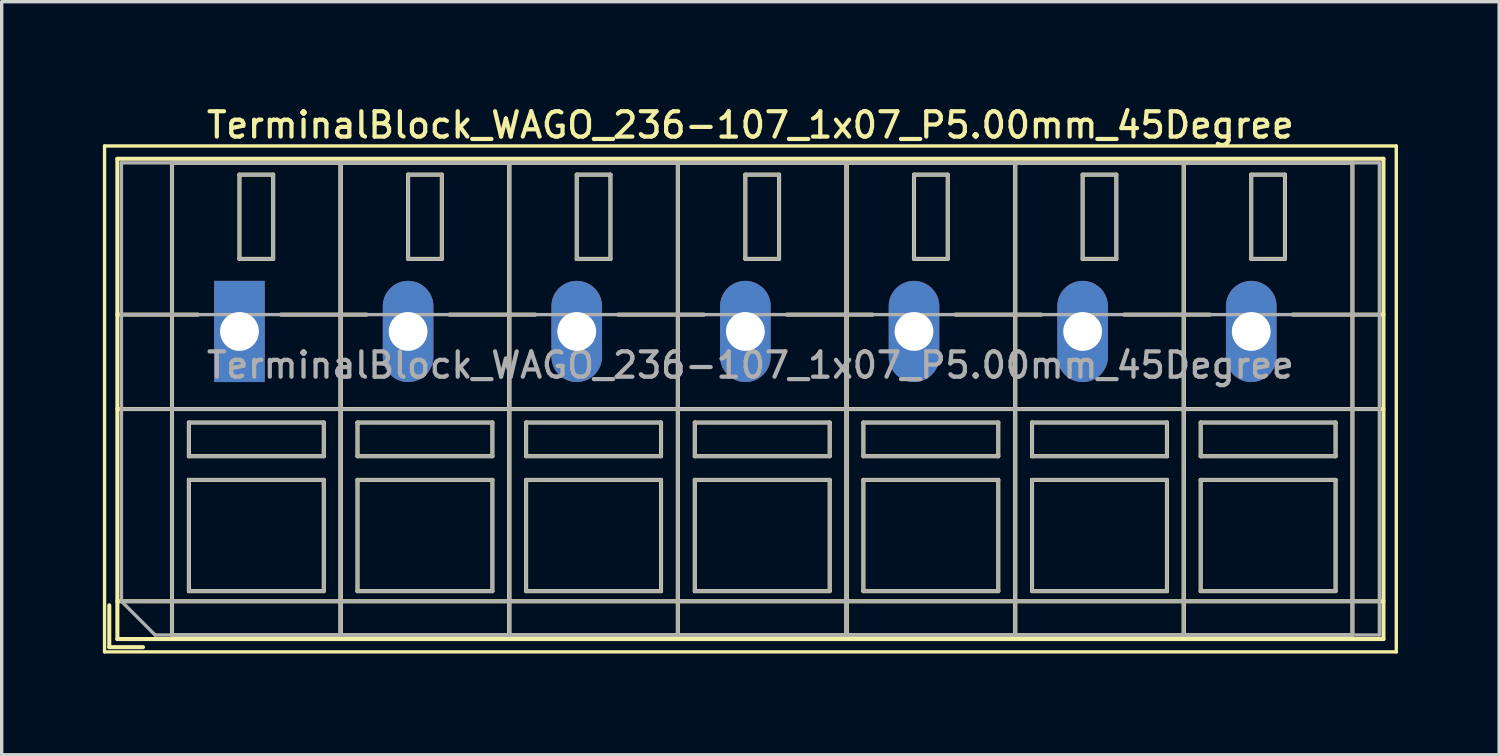
<source format=kicad_pcb>
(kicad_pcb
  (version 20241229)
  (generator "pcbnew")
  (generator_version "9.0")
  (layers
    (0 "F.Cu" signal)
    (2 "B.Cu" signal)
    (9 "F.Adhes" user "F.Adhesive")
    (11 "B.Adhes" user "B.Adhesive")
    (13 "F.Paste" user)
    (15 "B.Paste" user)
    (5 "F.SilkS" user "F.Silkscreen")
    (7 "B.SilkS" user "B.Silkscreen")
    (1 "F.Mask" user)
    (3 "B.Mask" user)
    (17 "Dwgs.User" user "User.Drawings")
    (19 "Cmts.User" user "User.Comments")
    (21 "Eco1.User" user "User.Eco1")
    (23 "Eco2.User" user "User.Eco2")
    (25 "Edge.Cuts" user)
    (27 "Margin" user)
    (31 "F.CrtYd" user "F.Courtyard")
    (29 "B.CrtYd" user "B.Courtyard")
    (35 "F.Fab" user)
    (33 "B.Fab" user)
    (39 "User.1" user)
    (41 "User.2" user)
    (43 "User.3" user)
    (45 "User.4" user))
  (footprint "TerminalBlock_WAGO_236-107_1x07_P5.00mm_45Degree"
    (layer "F.Cu")
    (at 4.05 6.778)
    (property "Reference" "TerminalBlock_WAGO_236-107_1x07_P5.00mm_45Degree" (at 15.15 -6.12 0) (layer "F.SilkS") (effects (font (size 0.75 0.75) (thickness 0.125))))
    (attr through_hole)
    (fp_line (start -4 -5.5) (end -4 9.5) (stroke (width 0.1) (type solid)) (layer "F.SilkS"))
    (fp_line (start -4 9.5) (end 34.3 9.5) (stroke (width 0.1) (type solid)) (layer "F.SilkS"))
    (fp_line (start -3.86 8.12) (end -3.86 9.36) (stroke (width 0.12) (type solid)) (layer "F.SilkS"))
    (fp_line (start -3.86 9.36) (end -2.86 9.36) (stroke (width 0.12) (type solid)) (layer "F.SilkS"))
    (fp_line (start -3.62 -5.12) (end -3.62 9.12) (stroke (width 0.12) (type solid)) (layer "F.SilkS"))
    (fp_line (start -3.62 -5.12) (end 33.92 -5.12) (stroke (width 0.12) (type solid)) (layer "F.SilkS"))
    (fp_line (start -3.62 -0.5) (end -1.23 -0.5) (stroke (width 0.12) (type solid)) (layer "F.SilkS"))
    (fp_line (start -3.62 2.3) (end 33.92 2.3) (stroke (width 0.12) (type solid)) (layer "F.SilkS"))
    (fp_line (start -3.62 8) (end 33.92 8) (stroke (width 0.12) (type solid)) (layer "F.SilkS"))
    (fp_line (start -3.62 9.12) (end 33.92 9.12) (stroke (width 0.12) (type solid)) (layer "F.SilkS"))
    (fp_line (start -2 -5) (end -2 9) (stroke (width 0.12) (type solid)) (layer "F.SilkS"))
    (fp_line (start -2 -5) (end 3 -5) (stroke (width 0.12) (type solid)) (layer "F.SilkS"))
    (fp_line (start -2 9) (end 3 9) (stroke (width 0.12) (type solid)) (layer "F.SilkS"))
    (fp_line (start -1.5 2.7) (end -1.5 3.7) (stroke (width 0.12) (type solid)) (layer "F.SilkS"))
    (fp_line (start -1.5 2.7) (end 2.5 2.7) (stroke (width 0.12) (type solid)) (layer "F.SilkS"))
    (fp_line (start -1.5 3.7) (end 2.5 3.7) (stroke (width 0.12) (type solid)) (layer "F.SilkS"))
    (fp_line (start -1.5 4.4) (end -1.5 7.7) (stroke (width 0.12) (type solid)) (layer "F.SilkS"))
    (fp_line (start -1.5 4.4) (end 2.5 4.4) (stroke (width 0.12) (type solid)) (layer "F.SilkS"))
    (fp_line (start -1.5 7.7) (end 2.5 7.7) (stroke (width 0.12) (type solid)) (layer "F.SilkS"))
    (fp_line (start 0 -4.65) (end 0 -2.151) (stroke (width 0.12) (type solid)) (layer "F.SilkS"))
    (fp_line (start 0 -4.65) (end 1 -4.65) (stroke (width 0.12) (type solid)) (layer "F.SilkS"))
    (fp_line (start 0 -2.151) (end 1 -2.151) (stroke (width 0.12) (type solid)) (layer "F.SilkS"))
    (fp_line (start 1 -4.65) (end 1 -2.151) (stroke (width 0.12) (type solid)) (layer "F.SilkS"))
    (fp_line (start 1.23 -0.5) (end 3.77 -0.5) (stroke (width 0.12) (type solid)) (layer "F.SilkS"))
    (fp_line (start 2.5 2.7) (end 2.5 3.7) (stroke (width 0.12) (type solid)) (layer "F.SilkS"))
    (fp_line (start 2.5 4.4) (end 2.5 7.7) (stroke (width 0.12) (type solid)) (layer "F.SilkS"))
    (fp_line (start 3 -5) (end 3 9) (stroke (width 0.12) (type solid)) (layer "F.SilkS"))
    (fp_line (start 3 -5) (end 3 9) (stroke (width 0.12) (type solid)) (layer "F.SilkS"))
    (fp_line (start 3 -5) (end 8 -5) (stroke (width 0.12) (type solid)) (layer "F.SilkS"))
    (fp_line (start 3 9) (end 8 9) (stroke (width 0.12) (type solid)) (layer "F.SilkS"))
    (fp_line (start 3.5 2.7) (end 3.5 3.7) (stroke (width 0.12) (type solid)) (layer "F.SilkS"))
    (fp_line (start 3.5 2.7) (end 7.5 2.7) (stroke (width 0.12) (type solid)) (layer "F.SilkS"))
    (fp_line (start 3.5 3.7) (end 7.5 3.7) (stroke (width 0.12) (type solid)) (layer "F.SilkS"))
    (fp_line (start 3.5 4.4) (end 3.5 7.7) (stroke (width 0.12) (type solid)) (layer "F.SilkS"))
    (fp_line (start 3.5 4.4) (end 7.5 4.4) (stroke (width 0.12) (type solid)) (layer "F.SilkS"))
    (fp_line (start 3.5 7.7) (end 7.5 7.7) (stroke (width 0.12) (type solid)) (layer "F.SilkS"))
    (fp_line (start 5 -4.65) (end 5 -2.151) (stroke (width 0.12) (type solid)) (layer "F.SilkS"))
    (fp_line (start 5 -4.65) (end 6 -4.65) (stroke (width 0.12) (type solid)) (layer "F.SilkS"))
    (fp_line (start 5 -2.151) (end 6 -2.151) (stroke (width 0.12) (type solid)) (layer "F.SilkS"))
    (fp_line (start 6 -4.65) (end 6 -2.151) (stroke (width 0.12) (type solid)) (layer "F.SilkS"))
    (fp_line (start 6.23 -0.5) (end 8.77 -0.5) (stroke (width 0.12) (type solid)) (layer "F.SilkS"))
    (fp_line (start 7.5 2.7) (end 7.5 3.7) (stroke (width 0.12) (type solid)) (layer "F.SilkS"))
    (fp_line (start 7.5 4.4) (end 7.5 7.7) (stroke (width 0.12) (type solid)) (layer "F.SilkS"))
    (fp_line (start 8 -5) (end 8 9) (stroke (width 0.12) (type solid)) (layer "F.SilkS"))
    (fp_line (start 8 -5) (end 8 9) (stroke (width 0.12) (type solid)) (layer "F.SilkS"))
    (fp_line (start 8 -5) (end 13 -5) (stroke (width 0.12) (type solid)) (layer "F.SilkS"))
    (fp_line (start 8 9) (end 13 9) (stroke (width 0.12) (type solid)) (layer "F.SilkS"))
    (fp_line (start 8.5 2.7) (end 8.5 3.7) (stroke (width 0.12) (type solid)) (layer "F.SilkS"))
    (fp_line (start 8.5 2.7) (end 12.5 2.7) (stroke (width 0.12) (type solid)) (layer "F.SilkS"))
    (fp_line (start 8.5 3.7) (end 12.5 3.7) (stroke (width 0.12) (type solid)) (layer "F.SilkS"))
    (fp_line (start 8.5 4.4) (end 8.5 7.7) (stroke (width 0.12) (type solid)) (layer "F.SilkS"))
    (fp_line (start 8.5 4.4) (end 12.5 4.4) (stroke (width 0.12) (type solid)) (layer "F.SilkS"))
    (fp_line (start 8.5 7.7) (end 12.5 7.7) (stroke (width 0.12) (type solid)) (layer "F.SilkS"))
    (fp_line (start 10 -4.65) (end 10 -2.151) (stroke (width 0.12) (type solid)) (layer "F.SilkS"))
    (fp_line (start 10 -4.65) (end 11 -4.65) (stroke (width 0.12) (type solid)) (layer "F.SilkS"))
    (fp_line (start 10 -2.151) (end 11 -2.151) (stroke (width 0.12) (type solid)) (layer "F.SilkS"))
    (fp_line (start 11 -4.65) (end 11 -2.151) (stroke (width 0.12) (type solid)) (layer "F.SilkS"))
    (fp_line (start 11.23 -0.5) (end 13.77 -0.5) (stroke (width 0.12) (type solid)) (layer "F.SilkS"))
    (fp_line (start 12.5 2.7) (end 12.5 3.7) (stroke (width 0.12) (type solid)) (layer "F.SilkS"))
    (fp_line (start 12.5 4.4) (end 12.5 7.7) (stroke (width 0.12) (type solid)) (layer "F.SilkS"))
    (fp_line (start 13 -5) (end 13 9) (stroke (width 0.12) (type solid)) (layer "F.SilkS"))
    (fp_line (start 13 -5) (end 13 9) (stroke (width 0.12) (type solid)) (layer "F.SilkS"))
    (fp_line (start 13 -5) (end 18 -5) (stroke (width 0.12) (type solid)) (layer "F.SilkS"))
    (fp_line (start 13 9) (end 18 9) (stroke (width 0.12) (type solid)) (layer "F.SilkS"))
    (fp_line (start 13.5 2.7) (end 13.5 3.7) (stroke (width 0.12) (type solid)) (layer "F.SilkS"))
    (fp_line (start 13.5 2.7) (end 17.5 2.7) (stroke (width 0.12) (type solid)) (layer "F.SilkS"))
    (fp_line (start 13.5 3.7) (end 17.5 3.7) (stroke (width 0.12) (type solid)) (layer "F.SilkS"))
    (fp_line (start 13.5 4.4) (end 13.5 7.7) (stroke (width 0.12) (type solid)) (layer "F.SilkS"))
    (fp_line (start 13.5 4.4) (end 17.5 4.4) (stroke (width 0.12) (type solid)) (layer "F.SilkS"))
    (fp_line (start 13.5 7.7) (end 17.5 7.7) (stroke (width 0.12) (type solid)) (layer "F.SilkS"))
    (fp_line (start 15 -4.65) (end 15 -2.151) (stroke (width 0.12) (type solid)) (layer "F.SilkS"))
    (fp_line (start 15 -4.65) (end 16 -4.65) (stroke (width 0.12) (type solid)) (layer "F.SilkS"))
    (fp_line (start 15 -2.151) (end 16 -2.151) (stroke (width 0.12) (type solid)) (layer "F.SilkS"))
    (fp_line (start 16 -4.65) (end 16 -2.151) (stroke (width 0.12) (type solid)) (layer "F.SilkS"))
    (fp_line (start 16.23 -0.5) (end 18.77 -0.5) (stroke (width 0.12) (type solid)) (layer "F.SilkS"))
    (fp_line (start 17.5 2.7) (end 17.5 3.7) (stroke (width 0.12) (type solid)) (layer "F.SilkS"))
    (fp_line (start 17.5 4.4) (end 17.5 7.7) (stroke (width 0.12) (type solid)) (layer "F.SilkS"))
    (fp_line (start 18 -5) (end 18 9) (stroke (width 0.12) (type solid)) (layer "F.SilkS"))
    (fp_line (start 18 -5) (end 18 9) (stroke (width 0.12) (type solid)) (layer "F.SilkS"))
    (fp_line (start 18 -5) (end 23 -5) (stroke (width 0.12) (type solid)) (layer "F.SilkS"))
    (fp_line (start 18 9) (end 23 9) (stroke (width 0.12) (type solid)) (layer "F.SilkS"))
    (fp_line (start 18.5 2.7) (end 18.5 3.7) (stroke (width 0.12) (type solid)) (layer "F.SilkS"))
    (fp_line (start 18.5 2.7) (end 22.5 2.7) (stroke (width 0.12) (type solid)) (layer "F.SilkS"))
    (fp_line (start 18.5 3.7) (end 22.5 3.7) (stroke (width 0.12) (type solid)) (layer "F.SilkS"))
    (fp_line (start 18.5 4.4) (end 18.5 7.7) (stroke (width 0.12) (type solid)) (layer "F.SilkS"))
    (fp_line (start 18.5 4.4) (end 22.5 4.4) (stroke (width 0.12) (type solid)) (layer "F.SilkS"))
    (fp_line (start 18.5 7.7) (end 22.5 7.7) (stroke (width 0.12) (type solid)) (layer "F.SilkS"))
    (fp_line (start 20 -4.65) (end 20 -2.151) (stroke (width 0.12) (type solid)) (layer "F.SilkS"))
    (fp_line (start 20 -4.65) (end 21 -4.65) (stroke (width 0.12) (type solid)) (layer "F.SilkS"))
    (fp_line (start 20 -2.151) (end 21 -2.151) (stroke (width 0.12) (type solid)) (layer "F.SilkS"))
    (fp_line (start 21 -4.65) (end 21 -2.151) (stroke (width 0.12) (type solid)) (layer "F.SilkS"))
    (fp_line (start 21.23 -0.5) (end 23.77 -0.5) (stroke (width 0.12) (type solid)) (layer "F.SilkS"))
    (fp_line (start 22.5 2.7) (end 22.5 3.7) (stroke (width 0.12) (type solid)) (layer "F.SilkS"))
    (fp_line (start 22.5 4.4) (end 22.5 7.7) (stroke (width 0.12) (type solid)) (layer "F.SilkS"))
    (fp_line (start 23 -5) (end 23 9) (stroke (width 0.12) (type solid)) (layer "F.SilkS"))
    (fp_line (start 23 -5) (end 23 9) (stroke (width 0.12) (type solid)) (layer "F.SilkS"))
    (fp_line (start 23 -5) (end 28 -5) (stroke (width 0.12) (type solid)) (layer "F.SilkS"))
    (fp_line (start 23 9) (end 28 9) (stroke (width 0.12) (type solid)) (layer "F.SilkS"))
    (fp_line (start 23.5 2.7) (end 23.5 3.7) (stroke (width 0.12) (type solid)) (layer "F.SilkS"))
    (fp_line (start 23.5 2.7) (end 27.5 2.7) (stroke (width 0.12) (type solid)) (layer "F.SilkS"))
    (fp_line (start 23.5 3.7) (end 27.5 3.7) (stroke (width 0.12) (type solid)) (layer "F.SilkS"))
    (fp_line (start 23.5 4.4) (end 23.5 7.7) (stroke (width 0.12) (type solid)) (layer "F.SilkS"))
    (fp_line (start 23.5 4.4) (end 27.5 4.4) (stroke (width 0.12) (type solid)) (layer "F.SilkS"))
    (fp_line (start 23.5 7.7) (end 27.5 7.7) (stroke (width 0.12) (type solid)) (layer "F.SilkS"))
    (fp_line (start 25 -4.65) (end 25 -2.151) (stroke (width 0.12) (type solid)) (layer "F.SilkS"))
    (fp_line (start 25 -4.65) (end 26 -4.65) (stroke (width 0.12) (type solid)) (layer "F.SilkS"))
    (fp_line (start 25 -2.151) (end 26 -2.151) (stroke (width 0.12) (type solid)) (layer "F.SilkS"))
    (fp_line (start 26 -4.65) (end 26 -2.151) (stroke (width 0.12) (type solid)) (layer "F.SilkS"))
    (fp_line (start 26.23 -0.5) (end 28.77 -0.5) (stroke (width 0.12) (type solid)) (layer "F.SilkS"))
    (fp_line (start 27.5 2.7) (end 27.5 3.7) (stroke (width 0.12) (type solid)) (layer "F.SilkS"))
    (fp_line (start 27.5 4.4) (end 27.5 7.7) (stroke (width 0.12) (type solid)) (layer "F.SilkS"))
    (fp_line (start 28 -5) (end 28 9) (stroke (width 0.12) (type solid)) (layer "F.SilkS"))
    (fp_line (start 28 -5) (end 28 9) (stroke (width 0.12) (type solid)) (layer "F.SilkS"))
    (fp_line (start 28 -5) (end 33 -5) (stroke (width 0.12) (type solid)) (layer "F.SilkS"))
    (fp_line (start 28 9) (end 33 9) (stroke (width 0.12) (type solid)) (layer "F.SilkS"))
    (fp_line (start 28.5 2.7) (end 28.5 3.7) (stroke (width 0.12) (type solid)) (layer "F.SilkS"))
    (fp_line (start 28.5 2.7) (end 32.5 2.7) (stroke (width 0.12) (type solid)) (layer "F.SilkS"))
    (fp_line (start 28.5 3.7) (end 32.5 3.7) (stroke (width 0.12) (type solid)) (layer "F.SilkS"))
    (fp_line (start 28.5 4.4) (end 28.5 7.7) (stroke (width 0.12) (type solid)) (layer "F.SilkS"))
    (fp_line (start 28.5 4.4) (end 32.5 4.4) (stroke (width 0.12) (type solid)) (layer "F.SilkS"))
    (fp_line (start 28.5 7.7) (end 32.5 7.7) (stroke (width 0.12) (type solid)) (layer "F.SilkS"))
    (fp_line (start 30 -4.65) (end 30 -2.151) (stroke (width 0.12) (type solid)) (layer "F.SilkS"))
    (fp_line (start 30 -4.65) (end 31 -4.65) (stroke (width 0.12) (type solid)) (layer "F.SilkS"))
    (fp_line (start 30 -2.151) (end 31 -2.151) (stroke (width 0.12) (type solid)) (layer "F.SilkS"))
    (fp_line (start 31 -4.65) (end 31 -2.151) (stroke (width 0.12) (type solid)) (layer "F.SilkS"))
    (fp_line (start 31.23 -0.5) (end 33.92 -0.5) (stroke (width 0.12) (type solid)) (layer "F.SilkS"))
    (fp_line (start 32.5 2.7) (end 32.5 3.7) (stroke (width 0.12) (type solid)) (layer "F.SilkS"))
    (fp_line (start 32.5 4.4) (end 32.5 7.7) (stroke (width 0.12) (type solid)) (layer "F.SilkS"))
    (fp_line (start 33 -5) (end 33 9) (stroke (width 0.12) (type solid)) (layer "F.SilkS"))
    (fp_line (start 33.92 -5.12) (end 33.92 9.12) (stroke (width 0.12) (type solid)) (layer "F.SilkS"))
    (fp_line (start 34.3 -5.5) (end -4 -5.5) (stroke (width 0.1) (type solid)) (layer "F.SilkS"))
    (fp_line (start 34.3 9.5) (end 34.3 -5.5) (stroke (width 0.1) (type solid)) (layer "F.SilkS"))
    (fp_line (start -3.5 -5) (end 33.8 -5) (stroke (width 0.1) (type solid)) (layer "F.Fab"))
    (fp_line (start -3.5 -0.5) (end 33.8 -0.5) (stroke (width 0.1) (type solid)) (layer "F.Fab"))
    (fp_line (start -3.5 2.3) (end 33.8 2.3) (stroke (width 0.1) (type solid)) (layer "F.Fab"))
    (fp_line (start -3.5 8) (end -3.5 -5) (stroke (width 0.1) (type solid)) (layer "F.Fab"))
    (fp_line (start -3.5 8) (end 33.8 8) (stroke (width 0.1) (type solid)) (layer "F.Fab"))
    (fp_line (start -2.5 9) (end -3.5 8) (stroke (width 0.1) (type solid)) (layer "F.Fab"))
    (fp_line (start -2 -5) (end -2 9) (stroke (width 0.1) (type solid)) (layer "F.Fab"))
    (fp_line (start -2 9) (end 3 9) (stroke (width 0.1) (type solid)) (layer "F.Fab"))
    (fp_line (start -1.5 2.7) (end -1.5 3.7) (stroke (width 0.1) (type solid)) (layer "F.Fab"))
    (fp_line (start -1.5 3.7) (end 2.5 3.7) (stroke (width 0.1) (type solid)) (layer "F.Fab"))
    (fp_line (start -1.5 4.4) (end -1.5 7.7) (stroke (width 0.1) (type solid)) (layer "F.Fab"))
    (fp_line (start -1.5 7.7) (end 2.5 7.7) (stroke (width 0.1) (type solid)) (layer "F.Fab"))
    (fp_line (start 0 -4.65) (end 0 -2.15) (stroke (width 0.1) (type solid)) (layer "F.Fab"))
    (fp_line (start 0 -2.15) (end 1 -2.15) (stroke (width 0.1) (type solid)) (layer "F.Fab"))
    (fp_line (start 1 -4.65) (end 0 -4.65) (stroke (width 0.1) (type solid)) (layer "F.Fab"))
    (fp_line (start 1 -2.15) (end 1 -4.65) (stroke (width 0.1) (type solid)) (layer "F.Fab"))
    (fp_line (start 2.5 2.7) (end -1.5 2.7) (stroke (width 0.1) (type solid)) (layer "F.Fab"))
    (fp_line (start 2.5 3.7) (end 2.5 2.7) (stroke (width 0.1) (type solid)) (layer "F.Fab"))
    (fp_line (start 2.5 4.4) (end -1.5 4.4) (stroke (width 0.1) (type solid)) (layer "F.Fab"))
    (fp_line (start 2.5 7.7) (end 2.5 4.4) (stroke (width 0.1) (type solid)) (layer "F.Fab"))
    (fp_line (start 3 -5) (end -2 -5) (stroke (width 0.1) (type solid)) (layer "F.Fab"))
    (fp_line (start 3 -5) (end 3 9) (stroke (width 0.1) (type solid)) (layer "F.Fab"))
    (fp_line (start 3 9) (end 3 -5) (stroke (width 0.1) (type solid)) (layer "F.Fab"))
    (fp_line (start 3 9) (end 8 9) (stroke (width 0.1) (type solid)) (layer "F.Fab"))
    (fp_line (start 3.5 2.7) (end 3.5 3.7) (stroke (width 0.1) (type solid)) (layer "F.Fab"))
    (fp_line (start 3.5 3.7) (end 7.5 3.7) (stroke (width 0.1) (type solid)) (layer "F.Fab"))
    (fp_line (start 3.5 4.4) (end 3.5 7.7) (stroke (width 0.1) (type solid)) (layer "F.Fab"))
    (fp_line (start 3.5 7.7) (end 7.5 7.7) (stroke (width 0.1) (type solid)) (layer "F.Fab"))
    (fp_line (start 5 -4.65) (end 5 -2.15) (stroke (width 0.1) (type solid)) (layer "F.Fab"))
    (fp_line (start 5 -2.15) (end 6 -2.15) (stroke (width 0.1) (type solid)) (layer "F.Fab"))
    (fp_line (start 6 -4.65) (end 5 -4.65) (stroke (width 0.1) (type solid)) (layer "F.Fab"))
    (fp_line (start 6 -2.15) (end 6 -4.65) (stroke (width 0.1) (type solid)) (layer "F.Fab"))
    (fp_line (start 7.5 2.7) (end 3.5 2.7) (stroke (width 0.1) (type solid)) (layer "F.Fab"))
    (fp_line (start 7.5 3.7) (end 7.5 2.7) (stroke (width 0.1) (type solid)) (layer "F.Fab"))
    (fp_line (start 7.5 4.4) (end 3.5 4.4) (stroke (width 0.1) (type solid)) (layer "F.Fab"))
    (fp_line (start 7.5 7.7) (end 7.5 4.4) (stroke (width 0.1) (type solid)) (layer "F.Fab"))
    (fp_line (start 8 -5) (end 3 -5) (stroke (width 0.1) (type solid)) (layer "F.Fab"))
    (fp_line (start 8 -5) (end 8 9) (stroke (width 0.1) (type solid)) (layer "F.Fab"))
    (fp_line (start 8 9) (end 8 -5) (stroke (width 0.1) (type solid)) (layer "F.Fab"))
    (fp_line (start 8 9) (end 13 9) (stroke (width 0.1) (type solid)) (layer "F.Fab"))
    (fp_line (start 8.5 2.7) (end 8.5 3.7) (stroke (width 0.1) (type solid)) (layer "F.Fab"))
    (fp_line (start 8.5 3.7) (end 12.5 3.7) (stroke (width 0.1) (type solid)) (layer "F.Fab"))
    (fp_line (start 8.5 4.4) (end 8.5 7.7) (stroke (width 0.1) (type solid)) (layer "F.Fab"))
    (fp_line (start 8.5 7.7) (end 12.5 7.7) (stroke (width 0.1) (type solid)) (layer "F.Fab"))
    (fp_line (start 10 -4.65) (end 10 -2.15) (stroke (width 0.1) (type solid)) (layer "F.Fab"))
    (fp_line (start 10 -2.15) (end 11 -2.15) (stroke (width 0.1) (type solid)) (layer "F.Fab"))
    (fp_line (start 11 -4.65) (end 10 -4.65) (stroke (width 0.1) (type solid)) (layer "F.Fab"))
    (fp_line (start 11 -2.15) (end 11 -4.65) (stroke (width 0.1) (type solid)) (layer "F.Fab"))
    (fp_line (start 12.5 2.7) (end 8.5 2.7) (stroke (width 0.1) (type solid)) (layer "F.Fab"))
    (fp_line (start 12.5 3.7) (end 12.5 2.7) (stroke (width 0.1) (type solid)) (layer "F.Fab"))
    (fp_line (start 12.5 4.4) (end 8.5 4.4) (stroke (width 0.1) (type solid)) (layer "F.Fab"))
    (fp_line (start 12.5 7.7) (end 12.5 4.4) (stroke (width 0.1) (type solid)) (layer "F.Fab"))
    (fp_line (start 13 -5) (end 8 -5) (stroke (width 0.1) (type solid)) (layer "F.Fab"))
    (fp_line (start 13 -5) (end 13 9) (stroke (width 0.1) (type solid)) (layer "F.Fab"))
    (fp_line (start 13 9) (end 13 -5) (stroke (width 0.1) (type solid)) (layer "F.Fab"))
    (fp_line (start 13 9) (end 18 9) (stroke (width 0.1) (type solid)) (layer "F.Fab"))
    (fp_line (start 13.5 2.7) (end 13.5 3.7) (stroke (width 0.1) (type solid)) (layer "F.Fab"))
    (fp_line (start 13.5 3.7) (end 17.5 3.7) (stroke (width 0.1) (type solid)) (layer "F.Fab"))
    (fp_line (start 13.5 4.4) (end 13.5 7.7) (stroke (width 0.1) (type solid)) (layer "F.Fab"))
    (fp_line (start 13.5 7.7) (end 17.5 7.7) (stroke (width 0.1) (type solid)) (layer "F.Fab"))
    (fp_line (start 15 -4.65) (end 15 -2.15) (stroke (width 0.1) (type solid)) (layer "F.Fab"))
    (fp_line (start 15 -2.15) (end 16 -2.15) (stroke (width 0.1) (type solid)) (layer "F.Fab"))
    (fp_line (start 16 -4.65) (end 15 -4.65) (stroke (width 0.1) (type solid)) (layer "F.Fab"))
    (fp_line (start 16 -2.15) (end 16 -4.65) (stroke (width 0.1) (type solid)) (layer "F.Fab"))
    (fp_line (start 17.5 2.7) (end 13.5 2.7) (stroke (width 0.1) (type solid)) (layer "F.Fab"))
    (fp_line (start 17.5 3.7) (end 17.5 2.7) (stroke (width 0.1) (type solid)) (layer "F.Fab"))
    (fp_line (start 17.5 4.4) (end 13.5 4.4) (stroke (width 0.1) (type solid)) (layer "F.Fab"))
    (fp_line (start 17.5 7.7) (end 17.5 4.4) (stroke (width 0.1) (type solid)) (layer "F.Fab"))
    (fp_line (start 18 -5) (end 13 -5) (stroke (width 0.1) (type solid)) (layer "F.Fab"))
    (fp_line (start 18 -5) (end 18 9) (stroke (width 0.1) (type solid)) (layer "F.Fab"))
    (fp_line (start 18 9) (end 18 -5) (stroke (width 0.1) (type solid)) (layer "F.Fab"))
    (fp_line (start 18 9) (end 23 9) (stroke (width 0.1) (type solid)) (layer "F.Fab"))
    (fp_line (start 18.5 2.7) (end 18.5 3.7) (stroke (width 0.1) (type solid)) (layer "F.Fab"))
    (fp_line (start 18.5 3.7) (end 22.5 3.7) (stroke (width 0.1) (type solid)) (layer "F.Fab"))
    (fp_line (start 18.5 4.4) (end 18.5 7.7) (stroke (width 0.1) (type solid)) (layer "F.Fab"))
    (fp_line (start 18.5 7.7) (end 22.5 7.7) (stroke (width 0.1) (type solid)) (layer "F.Fab"))
    (fp_line (start 20 -4.65) (end 20 -2.15) (stroke (width 0.1) (type solid)) (layer "F.Fab"))
    (fp_line (start 20 -2.15) (end 21 -2.15) (stroke (width 0.1) (type solid)) (layer "F.Fab"))
    (fp_line (start 21 -4.65) (end 20 -4.65) (stroke (width 0.1) (type solid)) (layer "F.Fab"))
    (fp_line (start 21 -2.15) (end 21 -4.65) (stroke (width 0.1) (type solid)) (layer "F.Fab"))
    (fp_line (start 22.5 2.7) (end 18.5 2.7) (stroke (width 0.1) (type solid)) (layer "F.Fab"))
    (fp_line (start 22.5 3.7) (end 22.5 2.7) (stroke (width 0.1) (type solid)) (layer "F.Fab"))
    (fp_line (start 22.5 4.4) (end 18.5 4.4) (stroke (width 0.1) (type solid)) (layer "F.Fab"))
    (fp_line (start 22.5 7.7) (end 22.5 4.4) (stroke (width 0.1) (type solid)) (layer "F.Fab"))
    (fp_line (start 23 -5) (end 18 -5) (stroke (width 0.1) (type solid)) (layer "F.Fab"))
    (fp_line (start 23 -5) (end 23 9) (stroke (width 0.1) (type solid)) (layer "F.Fab"))
    (fp_line (start 23 9) (end 23 -5) (stroke (width 0.1) (type solid)) (layer "F.Fab"))
    (fp_line (start 23 9) (end 28 9) (stroke (width 0.1) (type solid)) (layer "F.Fab"))
    (fp_line (start 23.5 2.7) (end 23.5 3.7) (stroke (width 0.1) (type solid)) (layer "F.Fab"))
    (fp_line (start 23.5 3.7) (end 27.5 3.7) (stroke (width 0.1) (type solid)) (layer "F.Fab"))
    (fp_line (start 23.5 4.4) (end 23.5 7.7) (stroke (width 0.1) (type solid)) (layer "F.Fab"))
    (fp_line (start 23.5 7.7) (end 27.5 7.7) (stroke (width 0.1) (type solid)) (layer "F.Fab"))
    (fp_line (start 25 -4.65) (end 25 -2.15) (stroke (width 0.1) (type solid)) (layer "F.Fab"))
    (fp_line (start 25 -2.15) (end 26 -2.15) (stroke (width 0.1) (type solid)) (layer "F.Fab"))
    (fp_line (start 26 -4.65) (end 25 -4.65) (stroke (width 0.1) (type solid)) (layer "F.Fab"))
    (fp_line (start 26 -2.15) (end 26 -4.65) (stroke (width 0.1) (type solid)) (layer "F.Fab"))
    (fp_line (start 27.5 2.7) (end 23.5 2.7) (stroke (width 0.1) (type solid)) (layer "F.Fab"))
    (fp_line (start 27.5 3.7) (end 27.5 2.7) (stroke (width 0.1) (type solid)) (layer "F.Fab"))
    (fp_line (start 27.5 4.4) (end 23.5 4.4) (stroke (width 0.1) (type solid)) (layer "F.Fab"))
    (fp_line (start 27.5 7.7) (end 27.5 4.4) (stroke (width 0.1) (type solid)) (layer "F.Fab"))
    (fp_line (start 28 -5) (end 23 -5) (stroke (width 0.1) (type solid)) (layer "F.Fab"))
    (fp_line (start 28 -5) (end 28 9) (stroke (width 0.1) (type solid)) (layer "F.Fab"))
    (fp_line (start 28 9) (end 28 -5) (stroke (width 0.1) (type solid)) (layer "F.Fab"))
    (fp_line (start 28 9) (end 33 9) (stroke (width 0.1) (type solid)) (layer "F.Fab"))
    (fp_line (start 28.5 2.7) (end 28.5 3.7) (stroke (width 0.1) (type solid)) (layer "F.Fab"))
    (fp_line (start 28.5 3.7) (end 32.5 3.7) (stroke (width 0.1) (type solid)) (layer "F.Fab"))
    (fp_line (start 28.5 4.4) (end 28.5 7.7) (stroke (width 0.1) (type solid)) (layer "F.Fab"))
    (fp_line (start 28.5 7.7) (end 32.5 7.7) (stroke (width 0.1) (type solid)) (layer "F.Fab"))
    (fp_line (start 30 -4.65) (end 30 -2.15) (stroke (width 0.1) (type solid)) (layer "F.Fab"))
    (fp_line (start 30 -2.15) (end 31 -2.15) (stroke (width 0.1) (type solid)) (layer "F.Fab"))
    (fp_line (start 31 -4.65) (end 30 -4.65) (stroke (width 0.1) (type solid)) (layer "F.Fab"))
    (fp_line (start 31 -2.15) (end 31 -4.65) (stroke (width 0.1) (type solid)) (layer "F.Fab"))
    (fp_line (start 32.5 2.7) (end 28.5 2.7) (stroke (width 0.1) (type solid)) (layer "F.Fab"))
    (fp_line (start 32.5 3.7) (end 32.5 2.7) (stroke (width 0.1) (type solid)) (layer "F.Fab"))
    (fp_line (start 32.5 4.4) (end 28.5 4.4) (stroke (width 0.1) (type solid)) (layer "F.Fab"))
    (fp_line (start 32.5 7.7) (end 32.5 4.4) (stroke (width 0.1) (type solid)) (layer "F.Fab"))
    (fp_line (start 33 -5) (end 28 -5) (stroke (width 0.1) (type solid)) (layer "F.Fab"))
    (fp_line (start 33 9) (end 33 -5) (stroke (width 0.1) (type solid)) (layer "F.Fab"))
    (fp_line (start 33.8 -5) (end 33.8 9) (stroke (width 0.1) (type solid)) (layer "F.Fab"))
    (fp_line (start 33.8 9) (end -2.5 9) (stroke (width 0.1) (type solid)) (layer "F.Fab"))
    (fp_text user "${REFERENCE}" (at 15.15 1 0) (layer "F.Fab") (effects (font (size 0.75 0.75) (thickness 0.125))))
    (pad "1" thru_hole rect (at 0 0) (size 1.5 3) (drill 1.15) (layers "*.Cu" "*.Mask"))
    (pad "2" thru_hole oval (at 5 0) (size 1.5 3) (drill 1.15) (layers "*.Cu" "*.Mask"))
    (pad "3" thru_hole oval (at 10 0) (size 1.5 3) (drill 1.15) (layers "*.Cu" "*.Mask"))
    (pad "4" thru_hole oval (at 15 0) (size 1.5 3) (drill 1.15) (layers "*.Cu" "*.Mask"))
    (pad "5" thru_hole oval (at 20 0) (size 1.5 3) (drill 1.15) (layers "*.Cu" "*.Mask"))
    (pad "6" thru_hole oval (at 25 0) (size 1.5 3) (drill 1.15) (layers "*.Cu" "*.Mask"))
    (pad "7" thru_hole oval (at 30 0) (size 1.5 3) (drill 1.15) (layers "*.Cu" "*.Mask")))
  (gr_rect
    (start -3 -3)
    (end 41.4 19.328)
    (stroke (width 0.1) (type default))
    (fill no)
    (layer "Edge.Cuts")))
</source>
